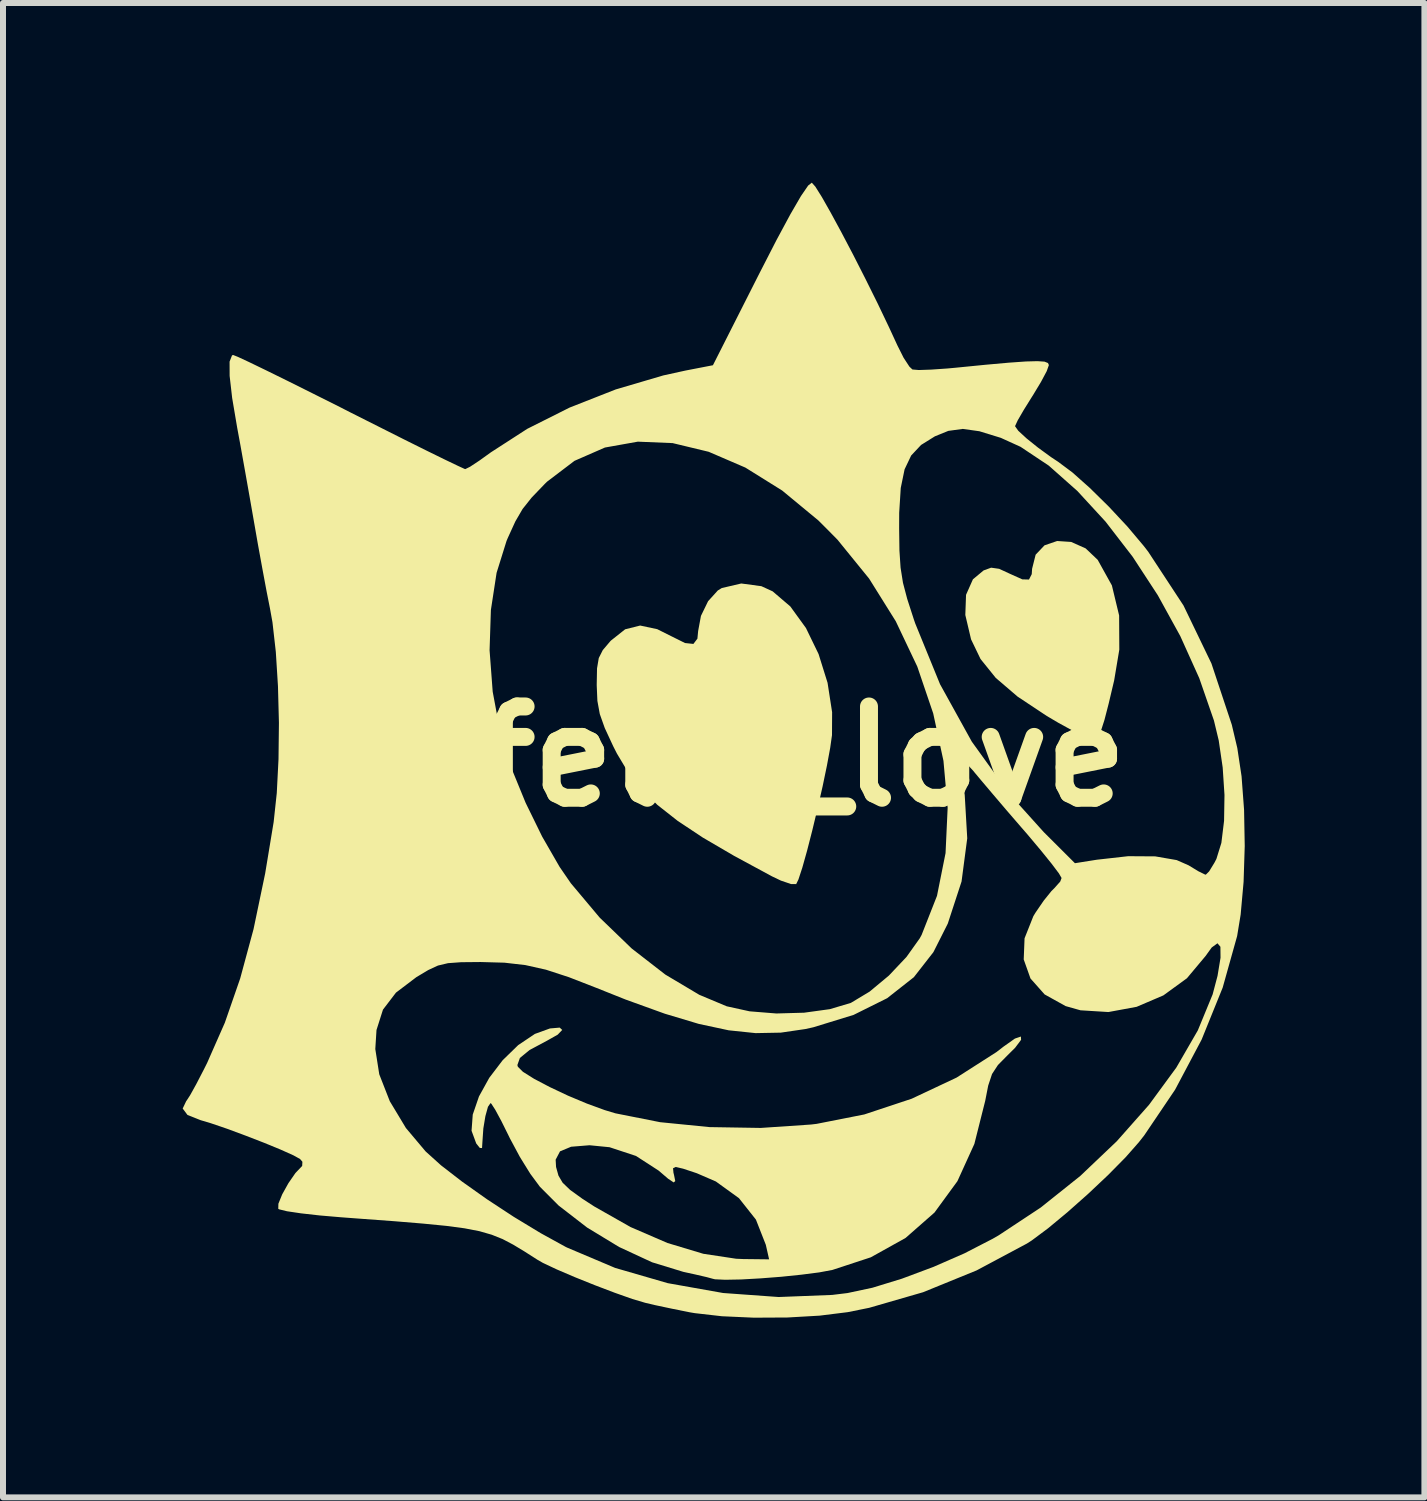
<source format=kicad_pcb>
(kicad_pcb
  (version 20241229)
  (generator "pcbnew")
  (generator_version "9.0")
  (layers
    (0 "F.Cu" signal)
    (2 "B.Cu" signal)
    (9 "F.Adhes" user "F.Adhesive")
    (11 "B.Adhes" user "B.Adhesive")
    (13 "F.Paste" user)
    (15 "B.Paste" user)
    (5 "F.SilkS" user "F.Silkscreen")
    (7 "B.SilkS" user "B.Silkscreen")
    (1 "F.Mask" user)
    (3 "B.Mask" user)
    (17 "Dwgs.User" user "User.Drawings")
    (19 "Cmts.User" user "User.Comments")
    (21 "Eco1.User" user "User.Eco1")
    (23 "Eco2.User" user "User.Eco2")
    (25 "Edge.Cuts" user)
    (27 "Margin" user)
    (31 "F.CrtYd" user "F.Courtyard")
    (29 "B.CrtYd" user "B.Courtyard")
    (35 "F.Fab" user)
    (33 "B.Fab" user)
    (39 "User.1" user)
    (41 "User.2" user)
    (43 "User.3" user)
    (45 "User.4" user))
  (footprint "felix_love"
    (layer "F.Cu")
    (at 10.37 9.58)
    (property "Reference" "felix_love" (at 0 0 0) (layer "F.SilkS") (effects (font (size 1.524 1.524) (thickness 0.3))))
    (attr board_only exclude_from_pos_files exclude_from_bom)
    (fp_poly (pts (xy 4.466 -3.581) (xy 4.706 -3.474) (xy 4.907 -3.283) (xy 5.144 -2.856) (xy 5.265 -2.354) (xy 5.268 -1.784) (xy 5.182 -1.27) (xy 5.09 -0.881) (xy 5.02 -0.61) (xy 4.964 -0.436) (xy 4.916 -0.338) (xy 4.867 -0.295) (xy 4.813 -0.288) (xy 4.704 -0.325) (xy 4.508 -0.421) (xy 4.254 -0.56) (xy 4.057 -0.676) (xy 3.569 -1) (xy 3.205 -1.312) (xy 2.951 -1.627) (xy 2.793 -1.955) (xy 2.697 -2.362) (xy 2.709 -2.699) (xy 2.824 -2.958) (xy 3.002 -3.106) (xy 3.128 -3.152) (xy 3.262 -3.133) (xy 3.446 -3.048) (xy 3.648 -2.957) (xy 3.76 -2.954) (xy 3.806 -3.044) (xy 3.812 -3.134) (xy 3.871 -3.369) (xy 4.019 -3.525) (xy 4.228 -3.597)) (stroke (width 0) (type solid)) (fill yes) (layer "F.SilkS"))
    (fp_poly (pts (xy -0.708 -2.843) (xy -0.52 -2.757) (xy -0.225 -2.505) (xy 0.036 -2.145) (xy 0.247 -1.71) (xy 0.397 -1.23) (xy 0.473 -0.739) (xy 0.471 -0.356) (xy 0.441 -0.144) (xy 0.387 0.149) (xy 0.315 0.496) (xy 0.23 0.868) (xy 0.141 1.238) (xy 0.054 1.577) (xy -0.025 1.858) (xy -0.089 2.053) (xy -0.127 2.131) (xy -0.214 2.13) (xy -0.381 2.073) (xy -0.532 2.001) (xy -1.166 1.658) (xy -1.686 1.354) (xy -2.106 1.075) (xy -2.444 0.809) (xy -2.715 0.541) (xy -2.935 0.26) (xy -3.12 -0.049) (xy -3.183 -0.173) (xy -3.323 -0.475) (xy -3.406 -0.709) (xy -3.446 -0.928) (xy -3.457 -1.185) (xy -3.457 -1.208) (xy -3.452 -1.471) (xy -3.423 -1.643) (xy -3.356 -1.776) (xy -3.233 -1.921) (xy -3.22 -1.935) (xy -2.983 -2.123) (xy -2.732 -2.186) (xy -2.446 -2.125) (xy -2.21 -2.007) (xy -1.983 -1.894) (xy -1.843 -1.879) (xy -1.776 -1.967) (xy -1.764 -2.093) (xy -1.717 -2.347) (xy -1.598 -2.592) (xy -1.435 -2.772) (xy -1.369 -2.812) (xy -1.044 -2.888)) (stroke (width 0) (type solid)) (fill yes) (layer "F.SilkS"))
    (fp_poly (pts (xy -4.033 4.566) (xy -4.109 4.645) (xy -4.288 4.746) (xy -4.578 4.901) (xy -4.74 5.034) (xy -4.782 5.152) (xy -4.774 5.18) (xy -4.689 5.265) (xy -4.501 5.383) (xy -4.24 5.52) (xy -3.937 5.663) (xy -3.622 5.795) (xy -3.324 5.904) (xy -3.145 5.958) (xy -2.399 6.106) (xy -1.574 6.188) (xy -0.718 6.202) (xy 0.122 6.145) (xy 0.214 6.134) (xy 1.01 5.977) (xy 1.802 5.714) (xy 2.55 5.362) (xy 3.216 4.936) (xy 3.334 4.845) (xy 3.525 4.71) (xy 3.625 4.676) (xy 3.628 4.731) (xy 3.529 4.863) (xy 3.401 4.99) (xy 3.242 5.151) (xy 3.143 5.302) (xy 3.079 5.495) (xy 3.029 5.75) (xy 2.848 6.469) (xy 2.565 7.091) (xy 2.182 7.615) (xy 1.699 8.039) (xy 1.119 8.362) (xy 0.477 8.573) (xy 0.257 8.614) (xy -0.039 8.652) (xy -0.378 8.687) (xy -0.726 8.714) (xy -1.048 8.732) (xy -1.312 8.737) (xy -1.483 8.729) (xy -1.517 8.721) (xy -1.62 8.693) (xy -1.814 8.648) (xy -2.011 8.605) (xy -2.533 8.445) (xy -3.083 8.19) (xy -3.618 7.865) (xy -4.094 7.497) (xy -4.406 7.184) (xy -4.565 6.969) (xy -4.712 6.732) (xy -4.143 6.732) (xy -4.136 6.854) (xy -4.096 6.998) (xy -4.026 7.117) (xy -3.901 7.237) (xy -3.696 7.385) (xy -3.495 7.515) (xy -2.892 7.857) (xy -2.276 8.123) (xy -1.678 8.303) (xy -1.129 8.386) (xy -1.013 8.391) (xy -0.579 8.396) (xy -0.634 8.153) (xy -0.799 7.733) (xy -1.082 7.375) (xy -1.468 7.096) (xy -1.787 6.958) (xy -2.016 6.882) (xy -2.139 6.854) (xy -2.183 6.875) (xy -2.176 6.949) (xy -2.167 6.985) (xy -2.146 7.089) (xy -2.172 7.112) (xy -2.264 7.051) (xy -2.424 6.914) (xy -2.801 6.67) (xy -3.243 6.524) (xy -3.577 6.491) (xy -3.885 6.516) (xy -4.07 6.593) (xy -4.143 6.732) (xy -4.712 6.732) (xy -4.743 6.681) (xy -4.906 6.377) (xy -4.927 6.334) (xy -5.049 6.088) (xy -5.151 5.899) (xy -5.217 5.797) (xy -5.23 5.787) (xy -5.273 5.849) (xy -5.316 6.005) (xy -5.35 6.21) (xy -5.364 6.412) (xy -5.372 6.538) (xy -5.409 6.536) (xy -5.469 6.461) (xy -5.547 6.249) (xy -5.527 5.979) (xy -5.423 5.676) (xy -5.251 5.365) (xy -5.027 5.071) (xy -4.768 4.819) (xy -4.489 4.632) (xy -4.238 4.541) (xy -4.075 4.527)) (stroke (width 0) (type solid)) (fill yes) (layer "F.SilkS"))
    (fp_poly (pts (xy 0.193 -9.514) (xy 0.302 -9.34) (xy 0.45 -9.079) (xy 0.628 -8.751) (xy 0.825 -8.376) (xy 1.03 -7.973) (xy 1.234 -7.562) (xy 1.424 -7.164) (xy 1.563 -6.863) (xy 1.667 -6.656) (xy 1.764 -6.508) (xy 1.814 -6.461) (xy 1.919 -6.452) (xy 2.127 -6.459) (xy 2.4 -6.478) (xy 2.52 -6.489) (xy 3.035 -6.54) (xy 3.426 -6.575) (xy 3.71 -6.595) (xy 3.902 -6.6) (xy 4.019 -6.592) (xy 4.077 -6.569) (xy 4.092 -6.535) (xy 4.056 -6.433) (xy 3.96 -6.253) (xy 3.825 -6.029) (xy 3.81 -6.006) (xy 3.673 -5.786) (xy 3.572 -5.612) (xy 3.528 -5.517) (xy 3.528 -5.513) (xy 3.581 -5.438) (xy 3.72 -5.31) (xy 3.913 -5.155) (xy 4.13 -4.997) (xy 4.248 -4.919) (xy 4.485 -4.742) (xy 4.777 -4.482) (xy 5.093 -4.171) (xy 5.403 -3.839) (xy 5.675 -3.516) (xy 5.75 -3.419) (xy 6.34 -2.52) (xy 6.806 -1.553) (xy 7.146 -0.53) (xy 7.238 -0.141) (xy 7.309 0.33) (xy 7.351 0.891) (xy 7.362 1.495) (xy 7.343 2.094) (xy 7.294 2.64) (xy 7.235 2.999) (xy 6.994 3.859) (xy 6.642 4.728) (xy 6.199 5.564) (xy 5.685 6.325) (xy 5.594 6.441) (xy 5.373 6.692) (xy 5.08 6.989) (xy 4.746 7.304) (xy 4.401 7.61) (xy 4.078 7.878) (xy 3.807 8.08) (xy 3.726 8.132) (xy 2.885 8.581) (xy 1.992 8.945) (xy 1.093 9.205) (xy 0.731 9.278) (xy 0.265 9.336) (xy -0.274 9.367) (xy -0.834 9.37) (xy -1.367 9.346) (xy -1.822 9.294) (xy -1.905 9.28) (xy -2.197 9.221) (xy -2.48 9.161) (xy -2.646 9.122) (xy -2.862 9.058) (xy -3.156 8.954) (xy -3.49 8.827) (xy -3.826 8.692) (xy -4.127 8.563) (xy -4.356 8.455) (xy -4.445 8.404) (xy -4.664 8.264) (xy -4.853 8.15) (xy -5.028 8.058) (xy -5.21 7.985) (xy -5.415 7.926) (xy -5.663 7.878) (xy -5.971 7.837) (xy -6.358 7.799) (xy -6.841 7.759) (xy -7.44 7.715) (xy -7.721 7.694) (xy -8.083 7.663) (xy -8.394 7.628) (xy -8.629 7.593) (xy -8.759 7.561) (xy -8.774 7.553) (xy -8.772 7.467) (xy -8.708 7.31) (xy -8.605 7.125) (xy -8.487 6.954) (xy -8.377 6.839) (xy -8.375 6.838) (xy -8.371 6.767) (xy -8.41 6.721) (xy -8.522 6.659) (xy -8.734 6.564) (xy -9.011 6.45) (xy -9.321 6.33) (xy -9.628 6.216) (xy -9.901 6.123) (xy -10.072 6.072) (xy -10.29 5.985) (xy -10.37 5.878) (xy -10.31 5.752) (xy -10.305 5.747) (xy -10.246 5.656) (xy -10.144 5.472) (xy -10.017 5.227) (xy -9.961 5.115) (xy -9.86 4.885) (xy -7.154 4.885) (xy -7.088 5.306) (xy -6.912 5.756) (xy -6.643 6.203) (xy -6.314 6.594) (xy -6.057 6.826) (xy -5.704 7.099) (xy -5.289 7.393) (xy -4.841 7.687) (xy -4.392 7.959) (xy -3.974 8.189) (xy -3.951 8.2) (xy -3.15 8.539) (xy -2.27 8.794) (xy -1.347 8.958) (xy -0.42 9.025) (xy 0.474 8.99) (xy 0.729 8.959) (xy 1.146 8.87) (xy 1.638 8.719) (xy 2.165 8.522) (xy 2.684 8.295) (xy 3.153 8.053) (xy 3.254 7.995) (xy 3.956 7.531) (xy 4.618 7.002) (xy 5.225 6.425) (xy 5.764 5.816) (xy 6.22 5.194) (xy 6.579 4.573) (xy 6.826 3.973) (xy 6.908 3.663) (xy 6.958 3.36) (xy 6.956 3.177) (xy 6.907 3.119) (xy 6.811 3.189) (xy 6.707 3.333) (xy 6.397 3.703) (xy 6.004 3.989) (xy 5.557 4.18) (xy 5.086 4.267) (xy 4.62 4.238) (xy 4.372 4.168) (xy 4.021 3.973) (xy 3.785 3.707) (xy 3.672 3.389) (xy 3.686 3.036) (xy 3.833 2.666) (xy 3.869 2.607) (xy 4.006 2.407) (xy 4.134 2.248) (xy 4.186 2.196) (xy 4.282 2.088) (xy 4.304 2.029) (xy 4.26 1.953) (xy 4.139 1.792) (xy 3.958 1.568) (xy 3.733 1.3) (xy 3.639 1.192) (xy 3.387 0.9) (xy 3.157 0.63) (xy 2.97 0.409) (xy 2.847 0.262) (xy 2.827 0.237) (xy 2.719 0.121) (xy 2.648 0.083) (xy 2.643 0.085) (xy 2.635 0.168) (xy 2.649 0.352) (xy 2.681 0.601) (xy 2.687 0.642) (xy 2.729 1.366) (xy 2.634 2.088) (xy 2.404 2.791) (xy 2.164 3.267) (xy 1.838 3.685) (xy 1.392 4.036) (xy 0.831 4.315) (xy 0.161 4.521) (xy 0.026 4.551) (xy -0.384 4.611) (xy -0.804 4.619) (xy -1.254 4.572) (xy -1.753 4.465) (xy -2.32 4.295) (xy -2.976 4.058) (xy -3.457 3.866) (xy -3.922 3.685) (xy -4.305 3.56) (xy -4.649 3.483) (xy -4.998 3.443) (xy -5.392 3.432) (xy -5.407 3.432) (xy -5.721 3.435) (xy -5.94 3.451) (xy -6.108 3.491) (xy -6.27 3.566) (xy -6.469 3.685) (xy -6.809 3.943) (xy -7.026 4.227) (xy -7.134 4.567) (xy -7.154 4.885) (xy -9.86 4.885) (xy -9.666 4.445) (xy -9.41 3.707) (xy -9.187 2.883) (xy -8.993 1.954) (xy -8.851 1.094) (xy -8.799 0.611) (xy -8.77 0.045) (xy -8.763 -0.563) (xy -8.779 -1.173) (xy -8.815 -1.746) (xy -8.818 -1.773) (xy -5.246 -1.773) (xy -5.194 -1.082) (xy -5.068 -0.406) (xy -5.05 -0.333) (xy -4.879 0.2) (xy -4.644 0.774) (xy -4.368 1.338) (xy -4.076 1.845) (xy -3.889 2.117) (xy -3.407 2.691) (xy -2.873 3.206) (xy -2.311 3.642) (xy -1.745 3.979) (xy -1.287 4.171) (xy -0.905 4.255) (xy -0.458 4.291) (xy 0.005 4.278) (xy 0.434 4.219) (xy 0.781 4.116) (xy 0.793 4.11) (xy 1.099 3.926) (xy 1.421 3.658) (xy 1.714 3.348) (xy 1.935 3.038) (xy 1.967 2.98) (xy 2.224 2.327) (xy 2.367 1.613) (xy 2.402 0.856) (xy 2.332 0.073) (xy 2.161 -0.718) (xy 1.895 -1.501) (xy 1.536 -2.257) (xy 1.091 -2.969) (xy 0.562 -3.62) (xy 0.374 -3.81) (xy 1.592 -3.81) (xy 1.597 -3.437) (xy 1.616 -3.152) (xy 1.656 -2.9) (xy 1.727 -2.63) (xy 1.837 -2.29) (xy 1.86 -2.223) (xy 2.275 -1.206) (xy 2.805 -0.248) (xy 3.437 0.63) (xy 4.006 1.262) (xy 4.527 1.782) (xy 4.892 1.724) (xy 5.416 1.665) (xy 5.868 1.668) (xy 6.226 1.73) (xy 6.424 1.817) (xy 6.587 1.916) (xy 6.697 1.97) (xy 6.712 1.974) (xy 6.768 1.918) (xy 6.855 1.776) (xy 6.889 1.711) (xy 6.972 1.443) (xy 7.017 1.075) (xy 7.024 0.643) (xy 6.994 0.184) (xy 6.928 -0.267) (xy 6.848 -0.6) (xy 6.603 -1.307) (xy 6.286 -2.01) (xy 5.911 -2.691) (xy 5.491 -3.334) (xy 5.039 -3.92) (xy 4.567 -4.433) (xy 4.09 -4.856) (xy 3.619 -5.17) (xy 3.289 -5.32) (xy 2.932 -5.43) (xy 2.654 -5.469) (xy 2.413 -5.436) (xy 2.189 -5.345) (xy 1.958 -5.201) (xy 1.793 -5.025) (xy 1.683 -4.794) (xy 1.619 -4.483) (xy 1.593 -4.07) (xy 1.592 -3.81) (xy 0.374 -3.81) (xy 0.244 -3.94) (xy -0.361 -4.44) (xy -0.975 -4.823) (xy -1.588 -5.087) (xy -2.19 -5.232) (xy -2.771 -5.256) (xy -3.32 -5.158) (xy -3.828 -4.936) (xy -4.285 -4.589) (xy -4.324 -4.551) (xy -4.543 -4.323) (xy -4.695 -4.132) (xy -4.816 -3.924) (xy -4.943 -3.646) (xy -4.963 -3.598) (xy -5.129 -3.066) (xy -5.224 -2.446) (xy -5.246 -1.773) (xy -8.818 -1.773) (xy -8.871 -2.241) (xy -8.912 -2.469) (xy -8.969 -2.757) (xy -9.039 -3.132) (xy -9.114 -3.543) (xy -9.173 -3.881) (xy -9.248 -4.31) (xy -9.331 -4.778) (xy -9.41 -5.219) (xy -9.46 -5.489) (xy -9.544 -5.986) (xy -9.586 -6.354) (xy -9.587 -6.592) (xy -9.546 -6.697) (xy -9.527 -6.703) (xy -9.449 -6.672) (xy -9.262 -6.585) (xy -8.981 -6.449) (xy -8.623 -6.273) (xy -8.204 -6.064) (xy -7.739 -5.831) (xy -7.581 -5.75) (xy -7.106 -5.511) (xy -6.673 -5.293) (xy -6.295 -5.105) (xy -5.991 -4.956) (xy -5.774 -4.852) (xy -5.663 -4.801) (xy -5.651 -4.798) (xy -5.572 -4.837) (xy -5.416 -4.94) (xy -5.224 -5.078) (xy -4.617 -5.47) (xy -3.91 -5.825) (xy -3.14 -6.128) (xy -2.345 -6.362) (xy -1.976 -6.443) (xy -1.517 -6.532) (xy -0.741 -8.066) (xy -0.455 -8.623) (xy -0.223 -9.054) (xy -0.047 -9.357) (xy 0.073 -9.532) (xy 0.134 -9.58)) (stroke (width 0) (type solid)) (fill yes) (layer "F.SilkS")))
  (gr_rect
    (start -3 -3)
    (end 20.732 21.95)
    (stroke (width 0.1) (type default))
    (fill no)
    (layer "Edge.Cuts")))
</source>
